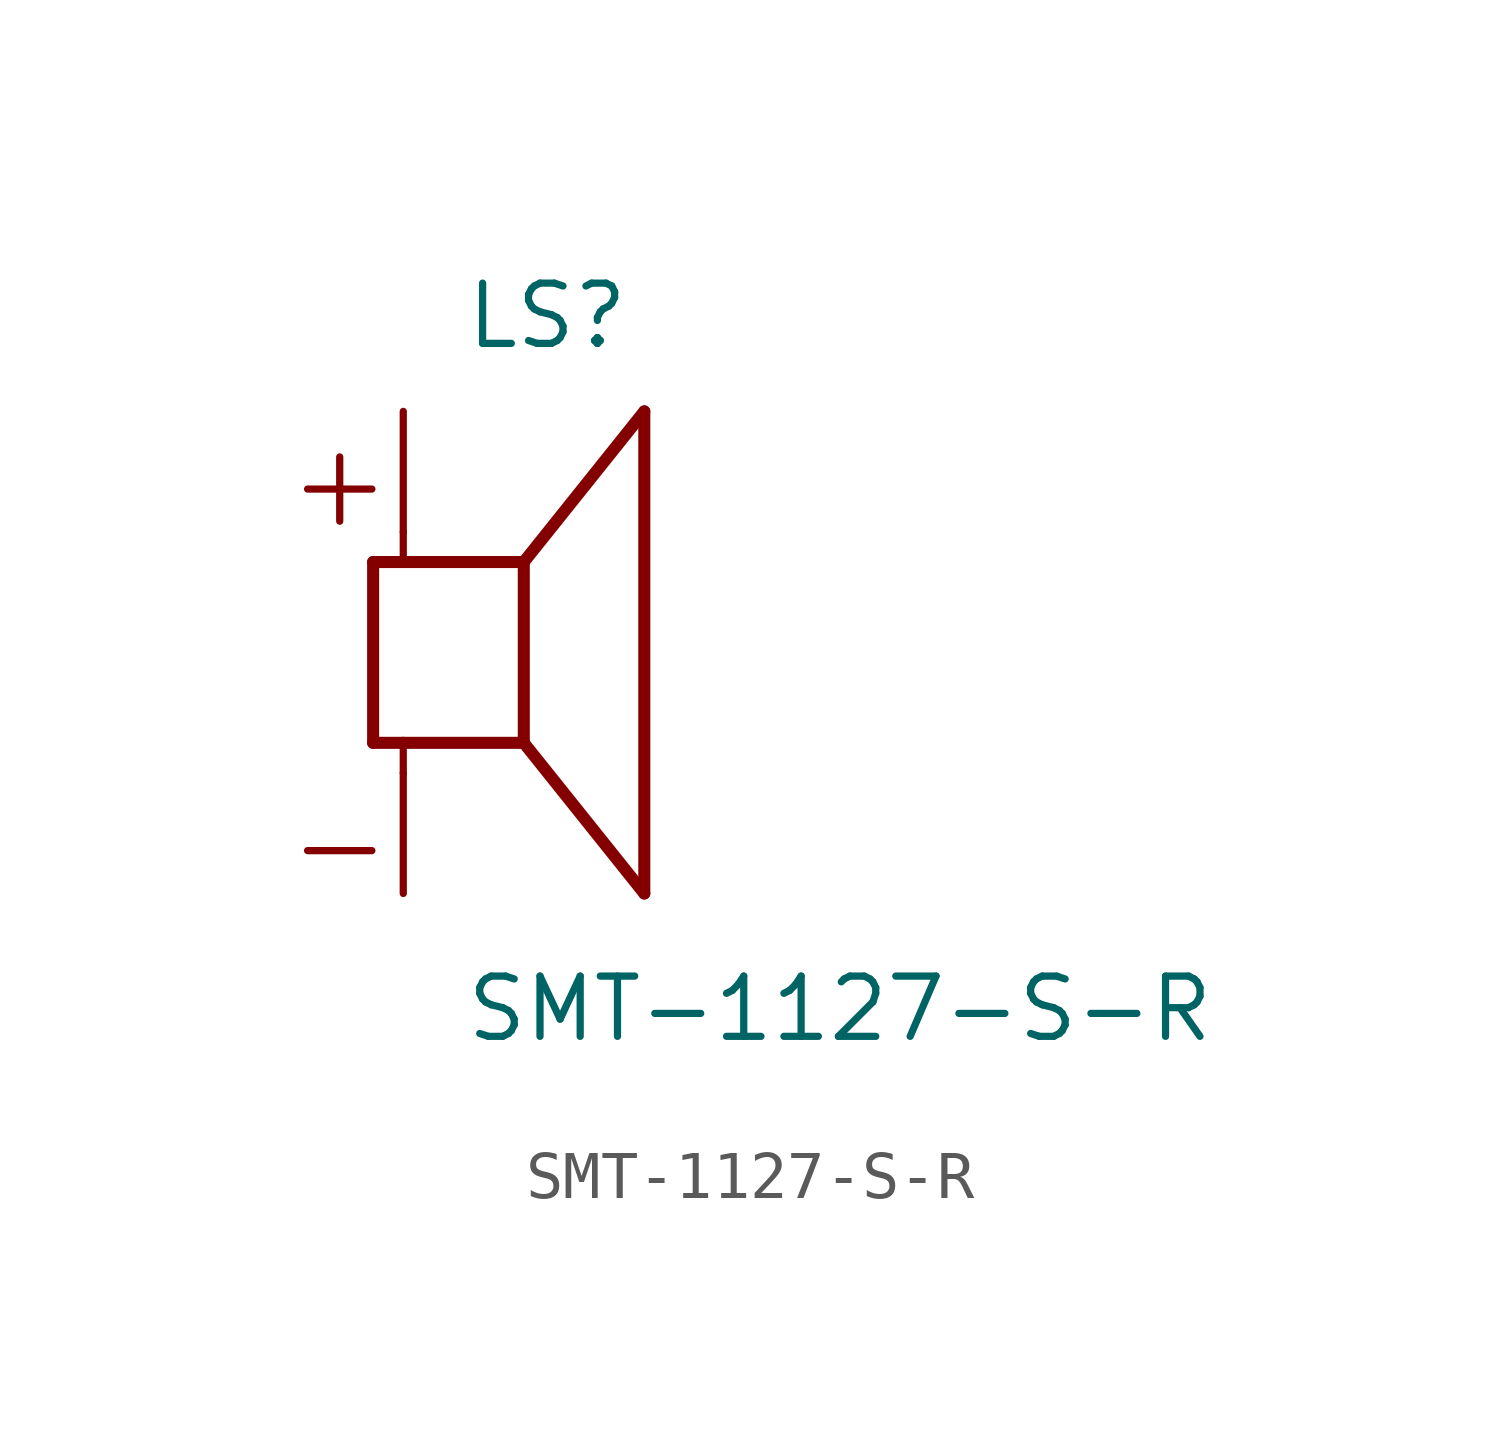
<source format=kicad_sym>
(kicad_symbol_lib
  (version 20211014)
  (generator kicad_symbol_editor)
  (symbol "SMT-1127-S-R"
    (pin_numbers hide)
    (pin_names
      (offset 1.016) hide)
    (property "Reference" "LS"
      (at -1.27 6.35 0)
      (effects (font (size 1.27 1.27)) (justify left bottom)))
    (property "Value" "SMT-1127-S-R"
      (at -1.27 -8.255 0)
      (effects (font (size 1.27 1.27)) (justify left bottom)))
    (property "ki_locked" ""
      (at 0 0 0)
      (effects (font (size 1.27 1.27))))
    (symbol "SMT-1127-S-R_0_0"
      (polyline (pts (xy -3.175 -1.905) (xy -2.54 -1.905)) (stroke (width 0.254) (type default) (color 0 0 0 0)) (fill (type none)))
      (polyline (pts (xy -3.175 1.905) (xy -3.175 -1.905)) (stroke (width 0.254) (type default) (color 0 0 0 0)) (fill (type none)))
      (polyline (pts (xy -3.175 1.905) (xy -2.54 1.905)) (stroke (width 0.254) (type default) (color 0 0 0 0)) (fill (type none)))
      (polyline (pts (xy -2.54 -2.54) (xy -2.54 -1.905)) (stroke (width 0.152) (type default) (color 0 0 0 0)) (fill (type none)))
      (polyline (pts (xy -2.54 -1.905) (xy 0 -1.905)) (stroke (width 0.254) (type default) (color 0 0 0 0)) (fill (type none)))
      (polyline (pts (xy -2.54 1.905) (xy 0 1.905)) (stroke (width 0.254) (type default) (color 0 0 0 0)) (fill (type none)))
      (polyline (pts (xy -2.54 2.54) (xy -2.54 1.905)) (stroke (width 0.152) (type default) (color 0 0 0 0)) (fill (type none)))
      (polyline (pts (xy 0 -1.905) (xy 0 1.905)) (stroke (width 0.254) (type default) (color 0 0 0 0)) (fill (type none)))
      (polyline (pts (xy 0 -1.905) (xy 2.54 -5.08)) (stroke (width 0.254) (type default) (color 0 0 0 0)) (fill (type none)))
      (polyline (pts (xy 0 1.905) (xy 2.54 5.08)) (stroke (width 0.254) (type default) (color 0 0 0 0)) (fill (type none)))
      (polyline (pts (xy 2.54 -5.08) (xy 2.54 5.08)) (stroke (width 0.254) (type default) (color 0 0 0 0)) (fill (type none)))
      (text "+" (at -5.08 2.54 0) (effects (font (size 1.778 1.778)) (justify left bottom)))
      (text "-" (at -5.08 -5.08 0) (effects (font (size 1.778 1.778)) (justify left bottom)))
      (pin passive line (at -2.54 -5.08 90) (length 2.54) (name "~" (effects (font (size 1.016 1.016)))) (number "N" (effects (font (size 1.016 1.016)))))
      (pin passive line (at -2.54 5.08 270) (length 2.54) (name "~" (effects (font (size 1.016 1.016)))) (number "P" (effects (font (size 1.016 1.016))))))))
</source>
